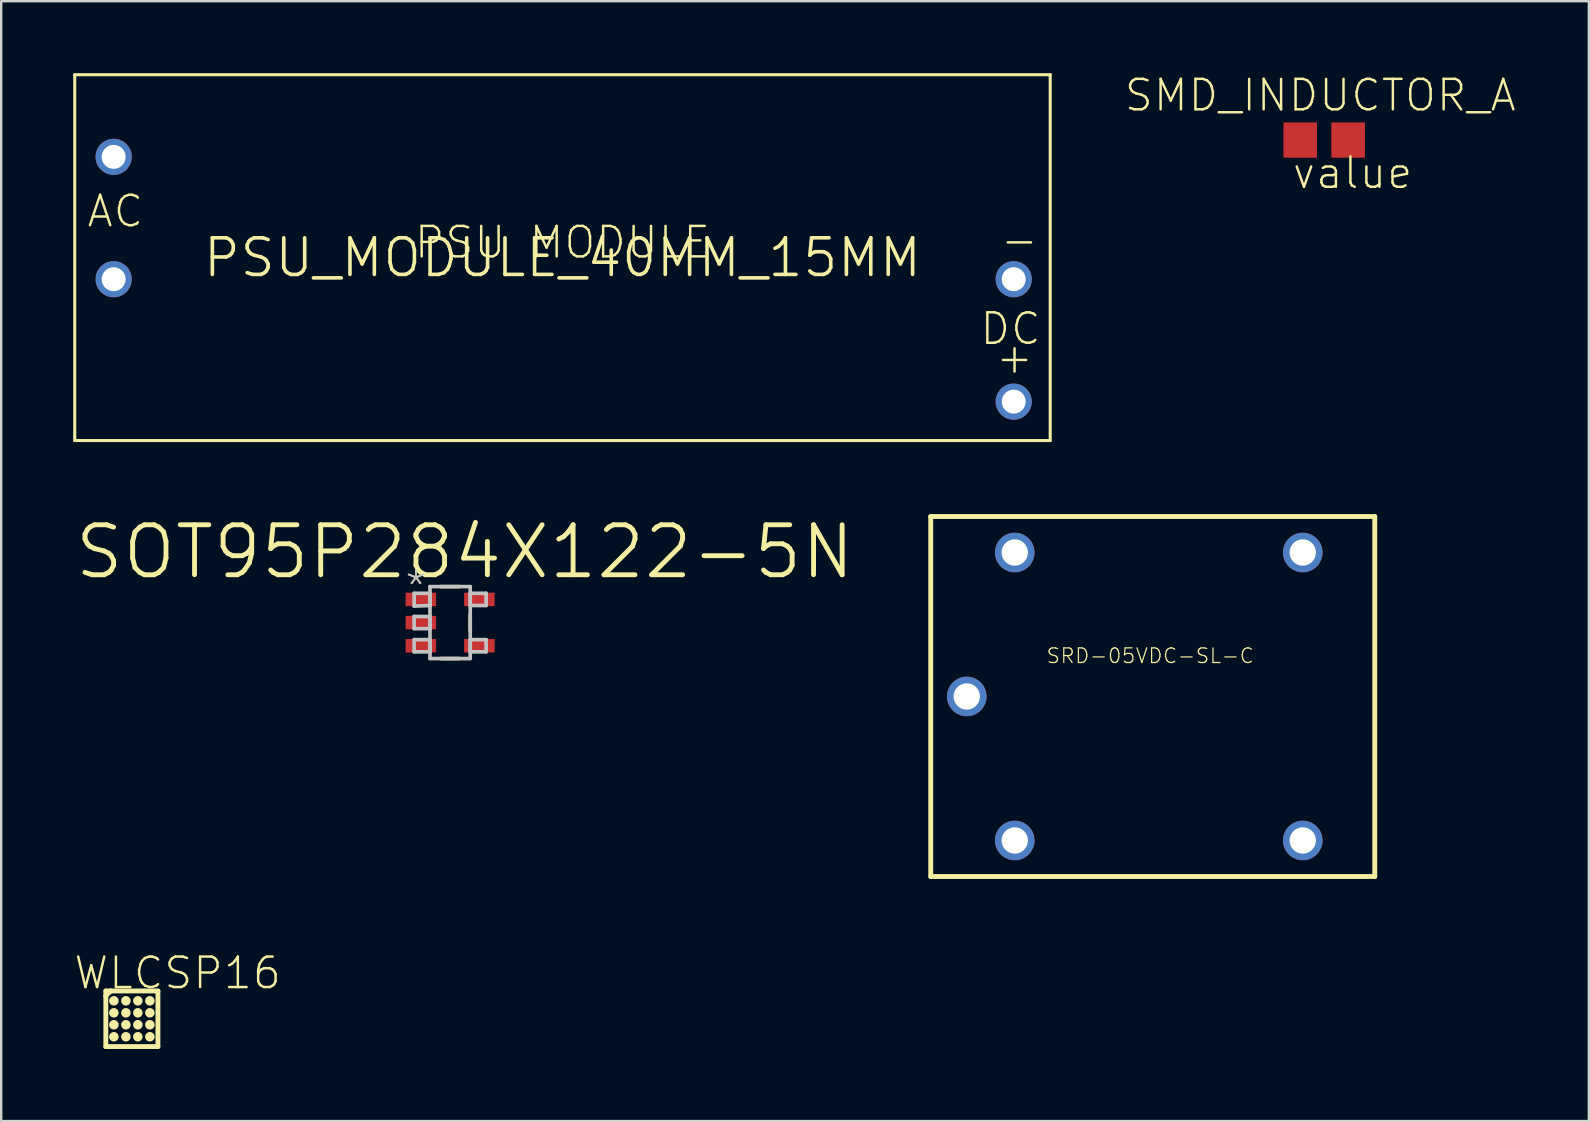
<source format=kicad_pcb>
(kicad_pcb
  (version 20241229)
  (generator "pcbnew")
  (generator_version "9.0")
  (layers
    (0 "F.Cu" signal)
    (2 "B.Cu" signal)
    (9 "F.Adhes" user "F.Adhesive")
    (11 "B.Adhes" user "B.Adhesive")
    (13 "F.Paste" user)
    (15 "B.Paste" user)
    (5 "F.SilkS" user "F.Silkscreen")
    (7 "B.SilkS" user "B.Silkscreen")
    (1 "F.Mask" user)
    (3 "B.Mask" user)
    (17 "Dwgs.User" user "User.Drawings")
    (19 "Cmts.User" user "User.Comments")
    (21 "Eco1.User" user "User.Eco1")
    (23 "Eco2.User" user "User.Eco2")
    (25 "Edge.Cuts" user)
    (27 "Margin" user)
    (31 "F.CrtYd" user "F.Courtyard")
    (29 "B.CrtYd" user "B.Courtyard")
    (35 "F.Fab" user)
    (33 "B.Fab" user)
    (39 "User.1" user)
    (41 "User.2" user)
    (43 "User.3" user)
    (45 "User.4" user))
  (footprint "SRD-05VDC-SL-C"
    (layer "F.Cu")
    (at 44.617 25.847)
    (property "Reference" "SRD-05VDC-SL-C" (at 0.254 -1.575 0) (layer "F.SilkS") (effects (font (size 0.61 0.61) (thickness 0.051))))
    (attr exclude_from_pos_files exclude_from_bom)
    (fp_line (start -8.89 -7.379) (end 9.609 -7.379) (stroke (width 0.203) (type solid)) (layer "F.SilkS"))
    (fp_line (start -8.89 7.62) (end -8.89 -7.379) (stroke (width 0.203) (type solid)) (layer "F.SilkS"))
    (fp_line (start 9.609 -7.379) (end 9.609 7.62) (stroke (width 0.203) (type solid)) (layer "F.SilkS"))
    (fp_line (start 9.609 7.62) (end -8.89 7.62) (stroke (width 0.203) (type solid)) (layer "F.SilkS"))
    (pad "COIL" thru_hole circle (at -5.39 -5.878) (size 1.648 1.648) (drill 1.1) (layers "*.Cu" "*.Paste" "*.Mask"))
    (pad "COIL" thru_hole circle (at -5.39 6.119) (size 1.648 1.648) (drill 1.1) (layers "*.Cu" "*.Paste" "*.Mask"))
    (pad "SWCL" thru_hole circle (at 6.609 6.119) (size 1.648 1.648) (drill 1.1) (layers "*.Cu" "*.Paste" "*.Mask"))
    (pad "SWCO" thru_hole circle (at -7.389 0.119) (size 1.648 1.648) (drill 1.1) (layers "*.Cu" "*.Paste" "*.Mask"))
    (pad "SWOP" thru_hole circle (at 6.609 -5.878) (size 1.648 1.648) (drill 1.1) (layers "*.Cu" "*.Paste" "*.Mask")))
  (footprint "SOT95P284X122-5N"
    (layer "F.Cu")
    (at 15.703 22.888)
    (property "Reference" "SOT95P284X122-5N" (at 0.61 -2.946 0) (layer "F.SilkS") (effects (font (size 2.083 2.083) (thickness 0.203))))
    (attr smd)
    (fp_line (start -0.381 1.499) (end 0.381 1.499) (stroke (width 0.152) (type solid)) (layer "F.SilkS"))
    (fp_line (start 0.381 -1.499) (end -0.381 -1.499) (stroke (width 0.152) (type solid)) (layer "F.SilkS"))
    (fp_line (start 0.838 0.33) (end 0.838 -0.33) (stroke (width 0.152) (type solid)) (layer "F.SilkS"))
    (fp_line (start -1.499 -1.219) (end -1.499 -0.686) (stroke (width 0.152) (type solid)) (layer "Dwgs.User"))
    (fp_line (start -1.499 -0.686) (end -0.838 -0.711) (stroke (width 0.152) (type solid)) (layer "Dwgs.User"))
    (fp_line (start -1.499 -0.254) (end -1.499 0.254) (stroke (width 0.152) (type solid)) (layer "Dwgs.User"))
    (fp_line (start -1.499 0.254) (end -0.838 0.254) (stroke (width 0.152) (type solid)) (layer "Dwgs.User"))
    (fp_line (start -1.499 0.711) (end -1.499 1.219) (stroke (width 0.152) (type solid)) (layer "Dwgs.User"))
    (fp_line (start -1.499 1.219) (end -0.838 1.219) (stroke (width 0.152) (type solid)) (layer "Dwgs.User"))
    (fp_line (start -0.838 -1.499) (end -0.838 1.499) (stroke (width 0.152) (type solid)) (layer "Dwgs.User"))
    (fp_line (start -0.838 -1.219) (end -1.499 -1.219) (stroke (width 0.152) (type solid)) (layer "Dwgs.User"))
    (fp_line (start -0.838 -0.711) (end -0.838 -1.219) (stroke (width 0.152) (type solid)) (layer "Dwgs.User"))
    (fp_line (start -0.838 -0.254) (end -1.499 -0.254) (stroke (width 0.152) (type solid)) (layer "Dwgs.User"))
    (fp_line (start -0.838 0.254) (end -0.838 -0.254) (stroke (width 0.152) (type solid)) (layer "Dwgs.User"))
    (fp_line (start -0.838 0.711) (end -1.499 0.711) (stroke (width 0.152) (type solid)) (layer "Dwgs.User"))
    (fp_line (start -0.838 1.219) (end -0.838 0.711) (stroke (width 0.152) (type solid)) (layer "Dwgs.User"))
    (fp_line (start -0.838 1.499) (end 0.838 1.499) (stroke (width 0.152) (type solid)) (layer "Dwgs.User"))
    (fp_line (start 0.838 -1.499) (end -0.838 -1.499) (stroke (width 0.152) (type solid)) (layer "Dwgs.User"))
    (fp_line (start 0.838 -1.219) (end 0.838 -0.711) (stroke (width 0.152) (type solid)) (layer "Dwgs.User"))
    (fp_line (start 0.838 -0.711) (end 1.499 -0.711) (stroke (width 0.152) (type solid)) (layer "Dwgs.User"))
    (fp_line (start 0.838 0.711) (end 0.838 1.219) (stroke (width 0.152) (type solid)) (layer "Dwgs.User"))
    (fp_line (start 0.838 1.219) (end 1.499 1.219) (stroke (width 0.152) (type solid)) (layer "Dwgs.User"))
    (fp_line (start 0.838 1.499) (end 0.838 -1.499) (stroke (width 0.152) (type solid)) (layer "Dwgs.User"))
    (fp_line (start 1.499 -1.219) (end 0.838 -1.219) (stroke (width 0.152) (type solid)) (layer "Dwgs.User"))
    (fp_line (start 1.499 -0.711) (end 1.499 -1.219) (stroke (width 0.152) (type solid)) (layer "Dwgs.User"))
    (fp_line (start 1.499 0.711) (end 0.838 0.711) (stroke (width 0.152) (type solid)) (layer "Dwgs.User"))
    (fp_line (start 1.499 1.219) (end 1.499 0.711) (stroke (width 0.152) (type solid)) (layer "Dwgs.User"))
    (fp_text user "*" (at -1.422 -1.499 0) (layer "F.SilkS") (effects (font (size 1.27 1.27) (thickness 0.076))))
    (fp_text user "*" (at -1.422 -1.499 0) (layer "Dwgs.User") (effects (font (size 1.27 1.27) (thickness 0.076))))
    (pad "1" smd rect (at -1.219 -0.965) (size 1.27 0.559) (layers "F.Cu" "F.Mask" "F.Paste"))
    (pad "2" smd rect (at -1.219 0) (size 1.27 0.559) (layers "F.Cu" "F.Mask" "F.Paste"))
    (pad "3" smd rect (at -1.219 0.965) (size 1.27 0.559) (layers "F.Cu" "F.Mask" "F.Paste"))
    (pad "4" smd rect (at 1.219 0.965) (size 1.27 0.559) (layers "F.Cu" "F.Mask" "F.Paste"))
    (pad "5" smd rect (at 1.219 -0.965) (size 1.27 0.559) (layers "F.Cu" "F.Mask" "F.Paste")))
  (footprint "PSU_MODULE_40MM_15MM"
    (layer "F.Cu")
    (at 20.384 7.684)
    (property "Reference" "PSU_MODULE_40MM_15MM" (at 0 0 0) (layer "F.SilkS") (effects (font (size 1.524 1.524) (thickness 0.15))))
    (attr exclude_from_pos_files exclude_from_bom)
    (fp_line (start -20.32 -7.62) (end 20.32 -7.62) (stroke (width 0.127) (type solid)) (layer "F.SilkS"))
    (fp_line (start -20.32 7.62) (end -20.32 -7.62) (stroke (width 0.127) (type solid)) (layer "F.SilkS"))
    (fp_line (start 20.32 -7.62) (end 20.32 7.62) (stroke (width 0.127) (type solid)) (layer "F.SilkS"))
    (fp_line (start 20.32 7.62) (end -20.32 7.62) (stroke (width 0.127) (type solid)) (layer "F.SilkS"))
    (fp_text user "AC" (at -18.628 -1.933 0) (layer "F.SilkS") (effects (font (size 1.27 1.27) (thickness 0.102))))
    (fp_text user "PSU MODULE" (at 0 -0.635 0) (layer "F.SilkS") (effects (font (size 1.27 1.27) (thickness 0.102))))
    (fp_text user "-" (at 19.035 -0.734 0) (layer "F.SilkS") (effects (font (size 1.27 1.27) (thickness 0.102))))
    (fp_text user "+" (at 18.834 4.163 0) (layer "F.SilkS") (effects (font (size 1.27 1.27) (thickness 0.102))))
    (fp_text user "DC" (at 18.669 2.964 0) (layer "F.SilkS") (effects (font (size 1.27 1.27) (thickness 0.102))))
    (pad "AC1" thru_hole circle (at -18.699 -4.199) (size 1.506 1.506) (drill 0.998) (layers "*.Cu" "*.Paste" "*.Mask"))
    (pad "AC2" thru_hole circle (at -18.699 0.899) (size 1.506 1.506) (drill 0.998) (layers "*.Cu" "*.Paste" "*.Mask"))
    (pad "DC+" thru_hole circle (at 18.799 5.999) (size 1.506 1.506) (drill 0.998) (layers "*.Cu" "*.Paste" "*.Mask"))
    (pad "GND" thru_hole circle (at 18.799 0.899) (size 1.506 1.506) (drill 0.998) (layers "*.Cu" "*.Paste" "*.Mask")))
  (footprint "SMD_INDUCTOR_A"
    (layer "F.Cu")
    (at 52.129 2.786)
    (property "Reference" "SMD_INDUCTOR_A" (at -0.173 -1.864 180) (layer "F.SilkS") (effects (font (size 1.27 1.27) (thickness 0.102))))
    (attr smd)
    (fp_text user "value" (at 1.173 1.364 0) (layer "F.SilkS") (effects (font (size 1.27 1.27) (thickness 0.102))))
    (pad "1" smd rect (at -1.008 0) (size 1.4 1.468) (layers "F.Cu" "F.Mask" "F.Paste"))
    (pad "2" smd rect (at 0.988 0) (size 1.4 1.468) (layers "F.Cu" "F.Mask" "F.Paste")))
  (footprint "WLCSP16"
    (layer "F.Cu")
    (at 2.444 39.395)
    (property "Reference" "WLCSP16" (at 1.905 -1.905 0) (layer "F.SilkS") (effects (font (size 1.27 1.27) (thickness 0.102))))
    (attr smd)
    (fp_line (start -1.085 -1.158) (end -0.884 -1.158) (stroke (width 0.203) (type solid)) (layer "F.SilkS"))
    (fp_line (start -1.085 -0.958) (end -1.085 -1.158) (stroke (width 0.203) (type solid)) (layer "F.SilkS"))
    (fp_line (start -1.085 -0.958) (end -0.884 -1.158) (stroke (width 0.203) (type solid)) (layer "F.SilkS"))
    (fp_line (start -1.085 1.158) (end -1.085 -0.958) (stroke (width 0.203) (type solid)) (layer "F.SilkS"))
    (fp_line (start -0.884 -1.158) (end 1.085 -1.158) (stroke (width 0.203) (type solid)) (layer "F.SilkS"))
    (fp_line (start 1.085 -1.158) (end 1.085 1.158) (stroke (width 0.203) (type solid)) (layer "F.SilkS"))
    (fp_line (start 1.085 1.158) (end -1.085 1.158) (stroke (width 0.203) (type solid)) (layer "F.SilkS"))
    (fp_circle (center -0.749 -0.749) (end -0.749 -0.947) (stroke (width 0) (type solid)) (fill yes) (layer "F.SilkS"))
    (fp_circle (center -0.749 -0.249) (end -0.749 -0.447) (stroke (width 0) (type solid)) (fill yes) (layer "F.SilkS"))
    (fp_circle (center -0.749 0.249) (end -0.749 0.051) (stroke (width 0) (type solid)) (fill yes) (layer "F.SilkS"))
    (fp_circle (center -0.749 0.749) (end -0.749 0.551) (stroke (width 0) (type solid)) (fill yes) (layer "F.SilkS"))
    (fp_circle (center -0.249 -0.749) (end -0.249 -0.947) (stroke (width 0) (type solid)) (fill yes) (layer "F.SilkS"))
    (fp_circle (center -0.249 -0.249) (end -0.249 -0.447) (stroke (width 0) (type solid)) (fill yes) (layer "F.SilkS"))
    (fp_circle (center -0.249 0.249) (end -0.249 0.051) (stroke (width 0) (type solid)) (fill yes) (layer "F.SilkS"))
    (fp_circle (center -0.249 0.749) (end -0.249 0.551) (stroke (width 0) (type solid)) (fill yes) (layer "F.SilkS"))
    (fp_circle (center 0.249 -0.749) (end 0.249 -0.947) (stroke (width 0) (type solid)) (fill yes) (layer "F.SilkS"))
    (fp_circle (center 0.249 -0.249) (end 0.249 -0.447) (stroke (width 0) (type solid)) (fill yes) (layer "F.SilkS"))
    (fp_circle (center 0.249 0.249) (end 0.249 0.051) (stroke (width 0) (type solid)) (fill yes) (layer "F.SilkS"))
    (fp_circle (center 0.249 0.749) (end 0.249 0.551) (stroke (width 0) (type solid)) (fill yes) (layer "F.SilkS"))
    (fp_circle (center 0.749 -0.749) (end 0.749 -0.947) (stroke (width 0) (type solid)) (fill yes) (layer "F.SilkS"))
    (fp_circle (center 0.749 -0.249) (end 0.749 -0.447) (stroke (width 0) (type solid)) (fill yes) (layer "F.SilkS"))
    (fp_circle (center 0.749 0.249) (end 0.749 0.051) (stroke (width 0) (type solid)) (fill yes) (layer "F.SilkS"))
    (fp_circle (center 0.749 0.749) (end 0.749 0.551) (stroke (width 0) (type solid)) (fill yes) (layer "F.SilkS"))
    (pad "A1" smd circle (at -0.749 -0.749) (size 0.348 0.348) (layers "F.Cu" "F.Mask" "F.Paste"))
    (pad "A2" smd circle (at -0.249 -0.749) (size 0.348 0.348) (layers "F.Cu" "F.Mask" "F.Paste"))
    (pad "A3" smd circle (at 0.249 -0.749) (size 0.348 0.348) (layers "F.Cu" "F.Mask" "F.Paste"))
    (pad "A4" smd circle (at 0.749 -0.749) (size 0.348 0.348) (layers "F.Cu" "F.Mask" "F.Paste"))
    (pad "B1" smd circle (at -0.749 -0.249) (size 0.348 0.348) (layers "F.Cu" "F.Mask" "F.Paste"))
    (pad "B2" smd circle (at -0.249 -0.249) (size 0.348 0.348) (layers "F.Cu" "F.Mask" "F.Paste"))
    (pad "B3" smd circle (at 0.249 -0.249) (size 0.348 0.348) (layers "F.Cu" "F.Mask" "F.Paste"))
    (pad "B4" smd circle (at 0.749 -0.249) (size 0.348 0.348) (layers "F.Cu" "F.Mask" "F.Paste"))
    (pad "C1" smd circle (at -0.749 0.249) (size 0.348 0.348) (layers "F.Cu" "F.Mask" "F.Paste"))
    (pad "C2" smd circle (at -0.249 0.249) (size 0.348 0.348) (layers "F.Cu" "F.Mask" "F.Paste"))
    (pad "C3" smd circle (at 0.249 0.249) (size 0.348 0.348) (layers "F.Cu" "F.Mask" "F.Paste"))
    (pad "C4" smd circle (at 0.749 0.249) (size 0.348 0.348) (layers "F.Cu" "F.Mask" "F.Paste"))
    (pad "D1" smd circle (at -0.749 0.749) (size 0.348 0.348) (layers "F.Cu" "F.Mask" "F.Paste"))
    (pad "D2" smd circle (at -0.249 0.749) (size 0.348 0.348) (layers "F.Cu" "F.Mask" "F.Paste"))
    (pad "D3" smd circle (at 0.249 0.749) (size 0.348 0.348) (layers "F.Cu" "F.Mask" "F.Paste"))
    (pad "D4" smd circle (at 0.749 0.749) (size 0.348 0.348) (layers "F.Cu" "F.Mask" "F.Paste")))
  (gr_rect
    (start -3 -3)
    (end 63.146 43.655)
    (stroke (width 0.1) (type default))
    (fill no)
    (layer "Edge.Cuts")))
</source>
